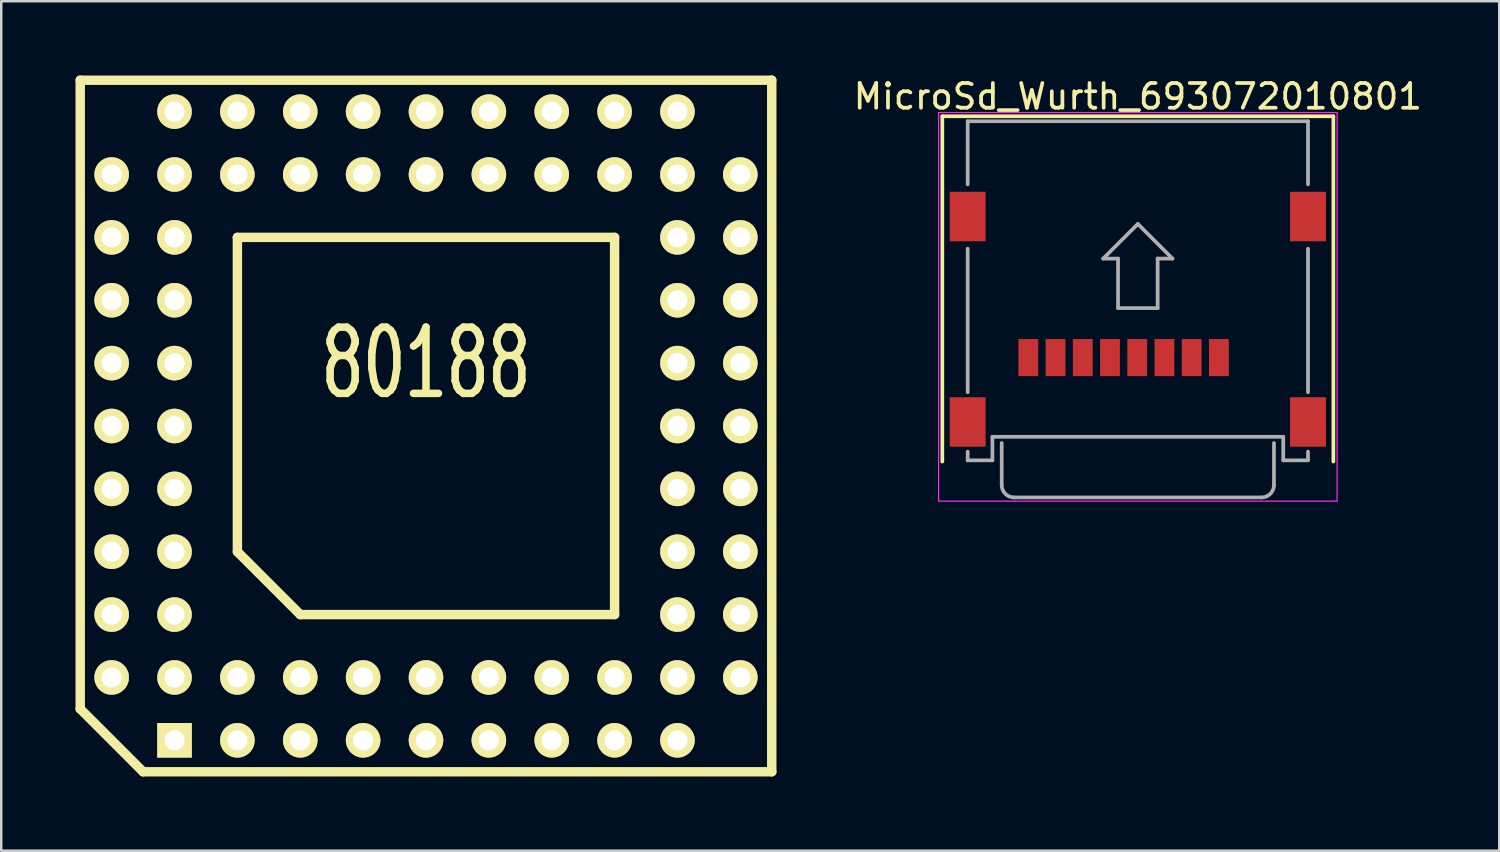
<source format=kicad_pcb>
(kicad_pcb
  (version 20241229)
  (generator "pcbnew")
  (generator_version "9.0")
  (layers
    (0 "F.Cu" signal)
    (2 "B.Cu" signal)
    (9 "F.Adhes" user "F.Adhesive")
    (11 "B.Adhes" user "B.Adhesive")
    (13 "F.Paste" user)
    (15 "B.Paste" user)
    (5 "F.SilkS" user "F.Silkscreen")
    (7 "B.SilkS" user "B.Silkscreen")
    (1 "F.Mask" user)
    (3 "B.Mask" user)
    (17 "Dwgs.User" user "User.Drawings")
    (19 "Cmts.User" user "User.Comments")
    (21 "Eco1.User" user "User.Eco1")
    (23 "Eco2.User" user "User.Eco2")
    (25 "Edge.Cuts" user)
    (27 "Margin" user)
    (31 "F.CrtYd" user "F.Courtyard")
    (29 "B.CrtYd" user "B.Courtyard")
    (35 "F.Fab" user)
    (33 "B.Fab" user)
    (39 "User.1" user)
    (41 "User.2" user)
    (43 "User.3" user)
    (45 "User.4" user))
  (footprint "MicroSd_Wurth_693072010801"
    (layer "F.Cu")
    (at 42.922 9.848)
    (property "Reference" "MicroSd_Wurth_693072010801" (at 0 -9 0) (layer "F.SilkS") (effects (font (size 1 1) (thickness 0.15))))
    (attr smd)
    (fp_line (start -7.9 -8.2) (end -7.9 5.75) (stroke (width 0.15) (type solid)) (layer "F.SilkS"))
    (fp_line (start 7.9 -8.2) (end -7.9 -8.2) (stroke (width 0.15) (type solid)) (layer "F.SilkS"))
    (fp_line (start 7.9 5.75) (end 7.9 -8.2) (stroke (width 0.15) (type solid)) (layer "F.SilkS"))
    (fp_line (start -8.05 -8.35) (end 8.05 -8.35) (stroke (width 0.05) (type solid)) (layer "F.CrtYd"))
    (fp_line (start -8.05 7.35) (end -8.05 -8.35) (stroke (width 0.05) (type solid)) (layer "F.CrtYd"))
    (fp_line (start 8.05 -8.35) (end 8.05 7.35) (stroke (width 0.05) (type solid)) (layer "F.CrtYd"))
    (fp_line (start 8.05 7.35) (end -8.05 7.35) (stroke (width 0.05) (type solid)) (layer "F.CrtYd"))
    (fp_line (start -6.875 -8) (end -6.875 -5.45) (stroke (width 0.15) (type solid)) (layer "F.Fab"))
    (fp_line (start -6.875 -2.85) (end -6.875 2.95) (stroke (width 0.15) (type solid)) (layer "F.Fab"))
    (fp_line (start -6.875 5.7) (end -6.875 5.35) (stroke (width 0.15) (type solid)) (layer "F.Fab"))
    (fp_line (start -5.875 4.75) (end -5.875 5.7) (stroke (width 0.15) (type solid)) (layer "F.Fab"))
    (fp_line (start -5.875 5.7) (end -6.875 5.7) (stroke (width 0.15) (type solid)) (layer "F.Fab"))
    (fp_line (start -5.5 6.7) (end -5.5 5) (stroke (width 0.15) (type solid)) (layer "F.Fab"))
    (fp_line (start -1.4 -2.45) (end 0 -3.85) (stroke (width 0.15) (type solid)) (layer "F.Fab"))
    (fp_line (start -0.8 -2.45) (end -1.4 -2.45) (stroke (width 0.15) (type solid)) (layer "F.Fab"))
    (fp_line (start -0.8 -0.45) (end -0.8 -2.45) (stroke (width 0.15) (type solid)) (layer "F.Fab"))
    (fp_line (start 0 -3.85) (end 1.4 -2.45) (stroke (width 0.15) (type solid)) (layer "F.Fab"))
    (fp_line (start 0.8 -2.45) (end 0.8 -0.45) (stroke (width 0.15) (type solid)) (layer "F.Fab"))
    (fp_line (start 0.8 -0.45) (end -0.8 -0.45) (stroke (width 0.15) (type solid)) (layer "F.Fab"))
    (fp_line (start 1.4 -2.45) (end 0.8 -2.45) (stroke (width 0.15) (type solid)) (layer "F.Fab"))
    (fp_line (start 5 7.2) (end -5 7.2) (stroke (width 0.15) (type solid)) (layer "F.Fab"))
    (fp_line (start 5.5 6.7) (end 5.5 5) (stroke (width 0.15) (type solid)) (layer "F.Fab"))
    (fp_line (start 5.875 4.75) (end -5.875 4.75) (stroke (width 0.15) (type solid)) (layer "F.Fab"))
    (fp_line (start 5.875 5.7) (end 5.875 4.75) (stroke (width 0.15) (type solid)) (layer "F.Fab"))
    (fp_line (start 6.875 -8) (end -6.875 -8) (stroke (width 0.15) (type solid)) (layer "F.Fab"))
    (fp_line (start 6.875 -5.45) (end 6.875 -8) (stroke (width 0.15) (type solid)) (layer "F.Fab"))
    (fp_line (start 6.875 -2.85) (end 6.875 2.95) (stroke (width 0.15) (type solid)) (layer "F.Fab"))
    (fp_line (start 6.875 5.35) (end 6.875 5.7) (stroke (width 0.15) (type solid)) (layer "F.Fab"))
    (fp_line (start 6.875 5.7) (end 5.875 5.7) (stroke (width 0.15) (type solid)) (layer "F.Fab"))
    (fp_arc (start -5 7.2) (mid -5.353553 7.053553) (end -5.5 6.7) (stroke (width 0.15) (type solid)) (layer "F.Fab"))
    (fp_arc (start 5.5 6.7) (mid 5.353553 7.053553) (end 5 7.2) (stroke (width 0.15) (type solid)) (layer "F.Fab"))
    (pad "1" smd rect (at 3.275 1.55) (size 0.8 1.5) (layers "F.Cu" "F.Mask" "F.Paste"))
    (pad "2" smd rect (at 2.175 1.55) (size 0.8 1.5) (layers "F.Cu" "F.Mask" "F.Paste"))
    (pad "3" smd rect (at 1.075 1.55) (size 0.8 1.5) (layers "F.Cu" "F.Mask" "F.Paste"))
    (pad "4" smd rect (at -0.025 1.55) (size 0.8 1.5) (layers "F.Cu" "F.Mask" "F.Paste"))
    (pad "5" smd rect (at -1.125 1.55) (size 0.8 1.5) (layers "F.Cu" "F.Mask" "F.Paste"))
    (pad "6" smd rect (at -2.225 1.55) (size 0.8 1.5) (layers "F.Cu" "F.Mask" "F.Paste"))
    (pad "7" smd rect (at -3.325 1.55) (size 0.8 1.5) (layers "F.Cu" "F.Mask" "F.Paste"))
    (pad "8" smd rect (at -4.425 1.55) (size 0.8 1.5) (layers "F.Cu" "F.Mask" "F.Paste"))
    (pad "9" smd rect (at -6.875 -4.15) (size 1.45 2) (layers "F.Cu" "F.Mask" "F.Paste"))
    (pad "9" smd rect (at -6.875 4.15) (size 1.45 2) (layers "F.Cu" "F.Mask" "F.Paste"))
    (pad "9" smd rect (at 6.875 -4.15) (size 1.45 2) (layers "F.Cu" "F.Mask" "F.Paste"))
    (pad "9" smd rect (at 6.875 4.15) (size 1.45 2) (layers "F.Cu" "F.Mask" "F.Paste")))
  (footprint "80188"
    (layer "F.Cu")
    (at 14.161 14.161)
    (property "Reference" "80188" (at 0 -2.54 0) (layer "F.SilkS") (effects (font (size 2.675 1.768) (thickness 0.305))))
    (attr through_hole)
    (fp_line (start -13.97 -13.97) (end 13.97 -13.97) (stroke (width 0.381) (type solid)) (layer "F.SilkS"))
    (fp_line (start -13.97 11.43) (end -13.97 -13.97) (stroke (width 0.381) (type solid)) (layer "F.SilkS"))
    (fp_line (start -11.43 13.97) (end -13.97 11.43) (stroke (width 0.381) (type solid)) (layer "F.SilkS"))
    (fp_line (start -7.62 -7.62) (end 7.62 -7.62) (stroke (width 0.381) (type solid)) (layer "F.SilkS"))
    (fp_line (start -7.62 5.08) (end -7.62 -7.62) (stroke (width 0.381) (type solid)) (layer "F.SilkS"))
    (fp_line (start -5.08 7.62) (end -7.62 5.08) (stroke (width 0.381) (type solid)) (layer "F.SilkS"))
    (fp_line (start 7.62 -7.62) (end 7.62 7.62) (stroke (width 0.381) (type solid)) (layer "F.SilkS"))
    (fp_line (start 7.62 7.62) (end -5.08 7.62) (stroke (width 0.381) (type solid)) (layer "F.SilkS"))
    (fp_line (start 13.97 -13.97) (end 13.97 13.97) (stroke (width 0.381) (type solid)) (layer "F.SilkS"))
    (fp_line (start 13.97 13.97) (end -11.43 13.97) (stroke (width 0.381) (type solid)) (layer "F.SilkS"))
    (pad "1" thru_hole rect (at -10.16 12.7) (size 1.397 1.397) (drill 0.813) (layers "*.Cu" "*.Mask" "F.SilkS"))
    (pad "2" thru_hole circle (at -10.16 10.16) (size 1.397 1.397) (drill 0.813) (layers "*.Cu" "*.Mask" "F.SilkS"))
    (pad "3" thru_hole circle (at -7.62 12.7) (size 1.397 1.397) (drill 0.813) (layers "*.Cu" "*.Mask" "F.SilkS"))
    (pad "4" thru_hole circle (at -7.62 10.16) (size 1.397 1.397) (drill 0.813) (layers "*.Cu" "*.Mask" "F.SilkS"))
    (pad "5" thru_hole circle (at -5.08 12.7) (size 1.397 1.397) (drill 0.813) (layers "*.Cu" "*.Mask" "F.SilkS"))
    (pad "6" thru_hole circle (at -5.08 10.16) (size 1.397 1.397) (drill 0.813) (layers "*.Cu" "*.Mask" "F.SilkS"))
    (pad "7" thru_hole circle (at -2.54 12.7) (size 1.397 1.397) (drill 0.813) (layers "*.Cu" "*.Mask" "F.SilkS"))
    (pad "8" thru_hole circle (at -2.54 10.16) (size 1.397 1.397) (drill 0.813) (layers "*.Cu" "*.Mask" "F.SilkS"))
    (pad "9" thru_hole circle (at 0 12.7) (size 1.397 1.397) (drill 0.813) (layers "*.Cu" "*.Mask" "F.SilkS"))
    (pad "10" thru_hole circle (at 0 10.16) (size 1.397 1.397) (drill 0.813) (layers "*.Cu" "*.Mask" "F.SilkS"))
    (pad "11" thru_hole circle (at 2.54 12.7) (size 1.397 1.397) (drill 0.813) (layers "*.Cu" "*.Mask" "F.SilkS"))
    (pad "12" thru_hole circle (at 2.54 10.16) (size 1.397 1.397) (drill 0.813) (layers "*.Cu" "*.Mask" "F.SilkS"))
    (pad "13" thru_hole circle (at 5.08 12.7) (size 1.397 1.397) (drill 0.813) (layers "*.Cu" "*.Mask" "F.SilkS"))
    (pad "14" thru_hole circle (at 5.08 10.16) (size 1.397 1.397) (drill 0.813) (layers "*.Cu" "*.Mask" "F.SilkS"))
    (pad "15" thru_hole circle (at 7.62 12.7) (size 1.397 1.397) (drill 0.813) (layers "*.Cu" "*.Mask" "F.SilkS"))
    (pad "16" thru_hole circle (at 7.62 10.16) (size 1.397 1.397) (drill 0.813) (layers "*.Cu" "*.Mask" "F.SilkS"))
    (pad "17" thru_hole circle (at 10.16 12.7) (size 1.397 1.397) (drill 0.813) (layers "*.Cu" "*.Mask" "F.SilkS"))
    (pad "18" thru_hole circle (at 12.7 10.16) (size 1.397 1.397) (drill 0.813) (layers "*.Cu" "*.Mask" "F.SilkS"))
    (pad "19" thru_hole circle (at 10.16 10.16) (size 1.397 1.397) (drill 0.813) (layers "*.Cu" "*.Mask" "F.SilkS"))
    (pad "20" thru_hole circle (at 12.7 7.62) (size 1.397 1.397) (drill 0.813) (layers "*.Cu" "*.Mask" "F.SilkS"))
    (pad "21" thru_hole circle (at 10.16 7.62) (size 1.397 1.397) (drill 0.813) (layers "*.Cu" "*.Mask" "F.SilkS"))
    (pad "22" thru_hole circle (at 12.7 5.08) (size 1.397 1.397) (drill 0.813) (layers "*.Cu" "*.Mask" "F.SilkS"))
    (pad "23" thru_hole circle (at 10.16 5.08) (size 1.397 1.397) (drill 0.813) (layers "*.Cu" "*.Mask" "F.SilkS"))
    (pad "24" thru_hole circle (at 12.7 2.54) (size 1.397 1.397) (drill 0.813) (layers "*.Cu" "*.Mask" "F.SilkS"))
    (pad "25" thru_hole circle (at 10.16 2.54) (size 1.397 1.397) (drill 0.813) (layers "*.Cu" "*.Mask" "F.SilkS"))
    (pad "26" thru_hole circle (at 12.7 0) (size 1.397 1.397) (drill 0.813) (layers "*.Cu" "*.Mask" "F.SilkS"))
    (pad "27" thru_hole circle (at 10.16 0) (size 1.397 1.397) (drill 0.813) (layers "*.Cu" "*.Mask" "F.SilkS"))
    (pad "28" thru_hole circle (at 12.7 -2.54) (size 1.397 1.397) (drill 0.813) (layers "*.Cu" "*.Mask" "F.SilkS"))
    (pad "29" thru_hole circle (at 10.16 -2.54) (size 1.397 1.397) (drill 0.813) (layers "*.Cu" "*.Mask" "F.SilkS"))
    (pad "30" thru_hole circle (at 12.7 -5.08) (size 1.397 1.397) (drill 0.813) (layers "*.Cu" "*.Mask" "F.SilkS"))
    (pad "31" thru_hole circle (at 10.16 -5.08) (size 1.397 1.397) (drill 0.813) (layers "*.Cu" "*.Mask" "F.SilkS"))
    (pad "32" thru_hole circle (at 12.7 -7.62) (size 1.397 1.397) (drill 0.813) (layers "*.Cu" "*.Mask" "F.SilkS"))
    (pad "33" thru_hole circle (at 10.16 -7.62) (size 1.397 1.397) (drill 0.813) (layers "*.Cu" "*.Mask" "F.SilkS"))
    (pad "34" thru_hole circle (at 12.7 -10.16) (size 1.397 1.397) (drill 0.813) (layers "*.Cu" "*.Mask" "F.SilkS"))
    (pad "35" thru_hole circle (at 10.16 -12.7) (size 1.397 1.397) (drill 0.813) (layers "*.Cu" "*.Mask" "F.SilkS"))
    (pad "36" thru_hole circle (at 10.16 -10.16) (size 1.397 1.397) (drill 0.813) (layers "*.Cu" "*.Mask" "F.SilkS"))
    (pad "37" thru_hole circle (at 7.62 -12.7) (size 1.397 1.397) (drill 0.813) (layers "*.Cu" "*.Mask" "F.SilkS"))
    (pad "38" thru_hole circle (at 7.62 -10.16) (size 1.397 1.397) (drill 0.813) (layers "*.Cu" "*.Mask" "F.SilkS"))
    (pad "39" thru_hole circle (at 5.08 -12.7) (size 1.397 1.397) (drill 0.813) (layers "*.Cu" "*.Mask" "F.SilkS"))
    (pad "40" thru_hole circle (at 5.08 -10.16) (size 1.397 1.397) (drill 0.813) (layers "*.Cu" "*.Mask" "F.SilkS"))
    (pad "41" thru_hole circle (at 2.54 -12.7) (size 1.397 1.397) (drill 0.813) (layers "*.Cu" "*.Mask" "F.SilkS"))
    (pad "42" thru_hole circle (at 2.54 -10.16) (size 1.397 1.397) (drill 0.813) (layers "*.Cu" "*.Mask" "F.SilkS"))
    (pad "43" thru_hole circle (at 0 -12.7) (size 1.397 1.397) (drill 0.813) (layers "*.Cu" "*.Mask" "F.SilkS"))
    (pad "44" thru_hole circle (at 0 -10.16) (size 1.397 1.397) (drill 0.813) (layers "*.Cu" "*.Mask" "F.SilkS"))
    (pad "45" thru_hole circle (at -2.54 -12.7) (size 1.397 1.397) (drill 0.813) (layers "*.Cu" "*.Mask" "F.SilkS"))
    (pad "46" thru_hole circle (at -2.54 -10.16) (size 1.397 1.397) (drill 0.813) (layers "*.Cu" "*.Mask" "F.SilkS"))
    (pad "47" thru_hole circle (at -5.08 -12.7) (size 1.397 1.397) (drill 0.813) (layers "*.Cu" "*.Mask" "F.SilkS"))
    (pad "48" thru_hole circle (at -5.08 -10.16) (size 1.397 1.397) (drill 0.813) (layers "*.Cu" "*.Mask" "F.SilkS"))
    (pad "49" thru_hole circle (at -7.62 -12.7) (size 1.397 1.397) (drill 0.813) (layers "*.Cu" "*.Mask" "F.SilkS"))
    (pad "50" thru_hole circle (at -7.62 -10.16) (size 1.397 1.397) (drill 0.813) (layers "*.Cu" "*.Mask" "F.SilkS"))
    (pad "51" thru_hole circle (at -10.16 -12.7) (size 1.397 1.397) (drill 0.813) (layers "*.Cu" "*.Mask" "F.SilkS"))
    (pad "52" thru_hole circle (at -12.7 -10.16) (size 1.397 1.397) (drill 0.813) (layers "*.Cu" "*.Mask" "F.SilkS"))
    (pad "53" thru_hole circle (at -10.16 -10.16) (size 1.397 1.397) (drill 0.813) (layers "*.Cu" "*.Mask" "F.SilkS"))
    (pad "54" thru_hole circle (at -12.7 -7.62) (size 1.397 1.397) (drill 0.813) (layers "*.Cu" "*.Mask" "F.SilkS"))
    (pad "55" thru_hole circle (at -10.16 -7.62) (size 1.397 1.397) (drill 0.813) (layers "*.Cu" "*.Mask" "F.SilkS"))
    (pad "56" thru_hole circle (at -12.7 -5.08) (size 1.397 1.397) (drill 0.813) (layers "*.Cu" "*.Mask" "F.SilkS"))
    (pad "57" thru_hole circle (at -10.16 -5.08) (size 1.397 1.397) (drill 0.813) (layers "*.Cu" "*.Mask" "F.SilkS"))
    (pad "58" thru_hole circle (at -12.7 -2.54) (size 1.397 1.397) (drill 0.813) (layers "*.Cu" "*.Mask" "F.SilkS"))
    (pad "59" thru_hole circle (at -10.16 -2.54) (size 1.397 1.397) (drill 0.813) (layers "*.Cu" "*.Mask" "F.SilkS"))
    (pad "60" thru_hole circle (at -12.7 0) (size 1.397 1.397) (drill 0.813) (layers "*.Cu" "*.Mask" "F.SilkS"))
    (pad "61" thru_hole circle (at -10.16 0) (size 1.397 1.397) (drill 0.813) (layers "*.Cu" "*.Mask" "F.SilkS"))
    (pad "62" thru_hole circle (at -12.7 2.54) (size 1.397 1.397) (drill 0.813) (layers "*.Cu" "*.Mask" "F.SilkS"))
    (pad "63" thru_hole circle (at -10.16 2.54) (size 1.397 1.397) (drill 0.813) (layers "*.Cu" "*.Mask" "F.SilkS"))
    (pad "64" thru_hole circle (at -12.7 5.08) (size 1.397 1.397) (drill 0.813) (layers "*.Cu" "*.Mask" "F.SilkS"))
    (pad "65" thru_hole circle (at -10.16 5.08) (size 1.397 1.397) (drill 0.813) (layers "*.Cu" "*.Mask" "F.SilkS"))
    (pad "66" thru_hole circle (at -12.7 7.62) (size 1.397 1.397) (drill 0.813) (layers "*.Cu" "*.Mask" "F.SilkS"))
    (pad "67" thru_hole circle (at -10.16 7.62) (size 1.397 1.397) (drill 0.813) (layers "*.Cu" "*.Mask" "F.SilkS"))
    (pad "68" thru_hole circle (at -12.7 10.16) (size 1.397 1.397) (drill 0.813) (layers "*.Cu" "*.Mask" "F.SilkS")))
  (gr_rect
    (start -3 -3)
    (end 57.523 31.321)
    (stroke (width 0.1) (type default))
    (fill no)
    (layer "Edge.Cuts")))
</source>
